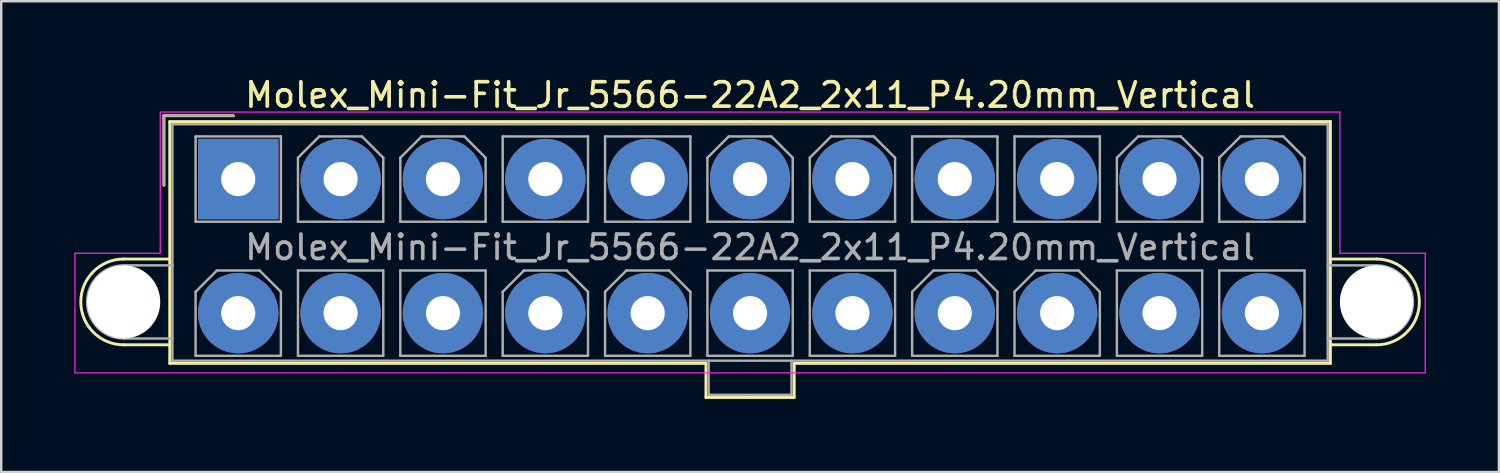
<source format=kicad_pcb>
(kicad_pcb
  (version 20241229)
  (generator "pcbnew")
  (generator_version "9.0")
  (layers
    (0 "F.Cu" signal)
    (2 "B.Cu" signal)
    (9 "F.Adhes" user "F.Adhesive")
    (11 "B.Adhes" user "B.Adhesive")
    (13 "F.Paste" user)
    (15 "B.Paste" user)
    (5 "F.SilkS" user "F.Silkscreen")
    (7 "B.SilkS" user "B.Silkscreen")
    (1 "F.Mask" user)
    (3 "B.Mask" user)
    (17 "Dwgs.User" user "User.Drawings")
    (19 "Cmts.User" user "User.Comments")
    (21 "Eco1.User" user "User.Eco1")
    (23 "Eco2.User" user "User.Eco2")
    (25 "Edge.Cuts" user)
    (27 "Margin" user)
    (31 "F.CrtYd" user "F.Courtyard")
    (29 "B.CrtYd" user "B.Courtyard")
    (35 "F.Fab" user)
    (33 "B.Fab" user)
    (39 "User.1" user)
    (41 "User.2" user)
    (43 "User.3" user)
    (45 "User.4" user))
  (footprint "Molex_Mini-Fit_Jr_5566-22A2_2x11_P4.20mm_Vertical"
    (layer "F.Cu")
    (at 6.725 4.298)
    (property "Reference" "Molex_Mini-Fit_Jr_5566-22A2_2x11_P4.20mm_Vertical" (at 21 -3.45 0) (layer "F.SilkS") (effects (font (size 1 1) (thickness 0.15))))
    (attr through_hole)
    (fp_line (start -4.7 3.28) (end -2.81 3.28) (stroke (width 0.12) (type solid)) (layer "F.SilkS"))
    (fp_line (start -4.7 6.8) (end -2.81 6.8) (stroke (width 0.12) (type solid)) (layer "F.SilkS"))
    (fp_line (start -3.05 -2.6) (end -3.05 0.25) (stroke (width 0.12) (type solid)) (layer "F.SilkS"))
    (fp_line (start -2.81 -2.36) (end -2.81 7.56) (stroke (width 0.12) (type solid)) (layer "F.SilkS"))
    (fp_line (start -2.81 7.56) (end 19.19 7.56) (stroke (width 0.12) (type solid)) (layer "F.SilkS"))
    (fp_line (start -0.2 -2.6) (end -3.05 -2.6) (stroke (width 0.12) (type solid)) (layer "F.SilkS"))
    (fp_line (start 19.19 7.56) (end 19.19 8.96) (stroke (width 0.12) (type solid)) (layer "F.SilkS"))
    (fp_line (start 19.19 8.96) (end 21 8.96) (stroke (width 0.12) (type solid)) (layer "F.SilkS"))
    (fp_line (start 21 -2.36) (end -2.81 -2.36) (stroke (width 0.12) (type solid)) (layer "F.SilkS"))
    (fp_line (start 21 -2.36) (end 44.81 -2.36) (stroke (width 0.12) (type solid)) (layer "F.SilkS"))
    (fp_line (start 22.81 7.56) (end 22.81 8.96) (stroke (width 0.12) (type solid)) (layer "F.SilkS"))
    (fp_line (start 22.81 8.96) (end 21 8.96) (stroke (width 0.12) (type solid)) (layer "F.SilkS"))
    (fp_line (start 44.81 -2.36) (end 44.81 7.56) (stroke (width 0.12) (type solid)) (layer "F.SilkS"))
    (fp_line (start 44.81 7.56) (end 22.81 7.56) (stroke (width 0.12) (type solid)) (layer "F.SilkS"))
    (fp_line (start 46.7 3.28) (end 44.81 3.28) (stroke (width 0.12) (type solid)) (layer "F.SilkS"))
    (fp_line (start 46.7 6.8) (end 44.81 6.8) (stroke (width 0.12) (type solid)) (layer "F.SilkS"))
    (fp_arc (start -4.7 6.8) (mid -6.46 5.04) (end -4.7 3.28) (stroke (width 0.12) (type solid)) (layer "F.SilkS"))
    (fp_arc (start 46.7 3.28) (mid 48.46 5.04) (end 46.7 6.8) (stroke (width 0.12) (type solid)) (layer "F.SilkS"))
    (fp_line (start -6.7 3.04) (end -6.7 7.95) (stroke (width 0.05) (type solid)) (layer "F.CrtYd"))
    (fp_line (start -6.7 7.95) (end 48.7 7.95) (stroke (width 0.05) (type solid)) (layer "F.CrtYd"))
    (fp_line (start -3.2 -2.75) (end -3.2 3.04) (stroke (width 0.05) (type solid)) (layer "F.CrtYd"))
    (fp_line (start -3.2 3.04) (end -6.7 3.04) (stroke (width 0.05) (type solid)) (layer "F.CrtYd"))
    (fp_line (start 45.2 -2.75) (end -3.2 -2.75) (stroke (width 0.05) (type solid)) (layer "F.CrtYd"))
    (fp_line (start 45.2 3.04) (end 45.2 -2.75) (stroke (width 0.05) (type solid)) (layer "F.CrtYd"))
    (fp_line (start 48.7 3.04) (end 45.2 3.04) (stroke (width 0.05) (type solid)) (layer "F.CrtYd"))
    (fp_line (start 48.7 7.95) (end 48.7 3.04) (stroke (width 0.05) (type solid)) (layer "F.CrtYd"))
    (fp_line (start -4.7 3.54) (end -2.7 3.54) (stroke (width 0.1) (type solid)) (layer "F.Fab"))
    (fp_line (start -4.7 6.54) (end -2.7 6.54) (stroke (width 0.1) (type solid)) (layer "F.Fab"))
    (fp_line (start -3.05 -2.6) (end -3.05 0.25) (stroke (width 0.1) (type solid)) (layer "F.Fab"))
    (fp_line (start -2.7 -2.25) (end -2.7 7.45) (stroke (width 0.1) (type solid)) (layer "F.Fab"))
    (fp_line (start -2.7 7.45) (end 44.7 7.45) (stroke (width 0.1) (type solid)) (layer "F.Fab"))
    (fp_line (start -1.75 -1.75) (end -1.75 1.75) (stroke (width 0.1) (type solid)) (layer "F.Fab"))
    (fp_line (start -1.75 1.75) (end 1.75 1.75) (stroke (width 0.1) (type solid)) (layer "F.Fab"))
    (fp_line (start -1.75 4.625) (end -0.875 3.75) (stroke (width 0.1) (type solid)) (layer "F.Fab"))
    (fp_line (start -1.75 7.25) (end -1.75 4.625) (stroke (width 0.1) (type solid)) (layer "F.Fab"))
    (fp_line (start -0.875 3.75) (end 0.875 3.75) (stroke (width 0.1) (type solid)) (layer "F.Fab"))
    (fp_line (start -0.2 -2.6) (end -3.05 -2.6) (stroke (width 0.1) (type solid)) (layer "F.Fab"))
    (fp_line (start 0.875 3.75) (end 1.75 4.625) (stroke (width 0.1) (type solid)) (layer "F.Fab"))
    (fp_line (start 1.75 -1.75) (end -1.75 -1.75) (stroke (width 0.1) (type solid)) (layer "F.Fab"))
    (fp_line (start 1.75 1.75) (end 1.75 -1.75) (stroke (width 0.1) (type solid)) (layer "F.Fab"))
    (fp_line (start 1.75 4.625) (end 1.75 7.25) (stroke (width 0.1) (type solid)) (layer "F.Fab"))
    (fp_line (start 1.75 7.25) (end -1.75 7.25) (stroke (width 0.1) (type solid)) (layer "F.Fab"))
    (fp_line (start 2.45 -0.875) (end 3.325 -1.75) (stroke (width 0.1) (type solid)) (layer "F.Fab"))
    (fp_line (start 2.45 1.75) (end 2.45 -0.875) (stroke (width 0.1) (type solid)) (layer "F.Fab"))
    (fp_line (start 2.45 3.75) (end 2.45 7.25) (stroke (width 0.1) (type solid)) (layer "F.Fab"))
    (fp_line (start 2.45 7.25) (end 5.95 7.25) (stroke (width 0.1) (type solid)) (layer "F.Fab"))
    (fp_line (start 3.325 -1.75) (end 5.075 -1.75) (stroke (width 0.1) (type solid)) (layer "F.Fab"))
    (fp_line (start 5.075 -1.75) (end 5.95 -0.875) (stroke (width 0.1) (type solid)) (layer "F.Fab"))
    (fp_line (start 5.95 -0.875) (end 5.95 1.75) (stroke (width 0.1) (type solid)) (layer "F.Fab"))
    (fp_line (start 5.95 1.75) (end 2.45 1.75) (stroke (width 0.1) (type solid)) (layer "F.Fab"))
    (fp_line (start 5.95 3.75) (end 2.45 3.75) (stroke (width 0.1) (type solid)) (layer "F.Fab"))
    (fp_line (start 5.95 7.25) (end 5.95 3.75) (stroke (width 0.1) (type solid)) (layer "F.Fab"))
    (fp_line (start 6.65 -0.875) (end 7.525 -1.75) (stroke (width 0.1) (type solid)) (layer "F.Fab"))
    (fp_line (start 6.65 1.75) (end 6.65 -0.875) (stroke (width 0.1) (type solid)) (layer "F.Fab"))
    (fp_line (start 6.65 3.75) (end 6.65 7.25) (stroke (width 0.1) (type solid)) (layer "F.Fab"))
    (fp_line (start 6.65 7.25) (end 10.15 7.25) (stroke (width 0.1) (type solid)) (layer "F.Fab"))
    (fp_line (start 7.525 -1.75) (end 9.275 -1.75) (stroke (width 0.1) (type solid)) (layer "F.Fab"))
    (fp_line (start 9.275 -1.75) (end 10.15 -0.875) (stroke (width 0.1) (type solid)) (layer "F.Fab"))
    (fp_line (start 10.15 -0.875) (end 10.15 1.75) (stroke (width 0.1) (type solid)) (layer "F.Fab"))
    (fp_line (start 10.15 1.75) (end 6.65 1.75) (stroke (width 0.1) (type solid)) (layer "F.Fab"))
    (fp_line (start 10.15 3.75) (end 6.65 3.75) (stroke (width 0.1) (type solid)) (layer "F.Fab"))
    (fp_line (start 10.15 7.25) (end 10.15 3.75) (stroke (width 0.1) (type solid)) (layer "F.Fab"))
    (fp_line (start 10.85 -1.75) (end 10.85 1.75) (stroke (width 0.1) (type solid)) (layer "F.Fab"))
    (fp_line (start 10.85 1.75) (end 14.35 1.75) (stroke (width 0.1) (type solid)) (layer "F.Fab"))
    (fp_line (start 10.85 4.625) (end 11.725 3.75) (stroke (width 0.1) (type solid)) (layer "F.Fab"))
    (fp_line (start 10.85 7.25) (end 10.85 4.625) (stroke (width 0.1) (type solid)) (layer "F.Fab"))
    (fp_line (start 11.725 3.75) (end 13.475 3.75) (stroke (width 0.1) (type solid)) (layer "F.Fab"))
    (fp_line (start 13.475 3.75) (end 14.35 4.625) (stroke (width 0.1) (type solid)) (layer "F.Fab"))
    (fp_line (start 14.35 -1.75) (end 10.85 -1.75) (stroke (width 0.1) (type solid)) (layer "F.Fab"))
    (fp_line (start 14.35 1.75) (end 14.35 -1.75) (stroke (width 0.1) (type solid)) (layer "F.Fab"))
    (fp_line (start 14.35 4.625) (end 14.35 7.25) (stroke (width 0.1) (type solid)) (layer "F.Fab"))
    (fp_line (start 14.35 7.25) (end 10.85 7.25) (stroke (width 0.1) (type solid)) (layer "F.Fab"))
    (fp_line (start 15.05 -1.75) (end 15.05 1.75) (stroke (width 0.1) (type solid)) (layer "F.Fab"))
    (fp_line (start 15.05 1.75) (end 18.55 1.75) (stroke (width 0.1) (type solid)) (layer "F.Fab"))
    (fp_line (start 15.05 4.625) (end 15.925 3.75) (stroke (width 0.1) (type solid)) (layer "F.Fab"))
    (fp_line (start 15.05 7.25) (end 15.05 4.625) (stroke (width 0.1) (type solid)) (layer "F.Fab"))
    (fp_line (start 15.925 3.75) (end 17.675 3.75) (stroke (width 0.1) (type solid)) (layer "F.Fab"))
    (fp_line (start 17.675 3.75) (end 18.55 4.625) (stroke (width 0.1) (type solid)) (layer "F.Fab"))
    (fp_line (start 18.55 -1.75) (end 15.05 -1.75) (stroke (width 0.1) (type solid)) (layer "F.Fab"))
    (fp_line (start 18.55 1.75) (end 18.55 -1.75) (stroke (width 0.1) (type solid)) (layer "F.Fab"))
    (fp_line (start 18.55 4.625) (end 18.55 7.25) (stroke (width 0.1) (type solid)) (layer "F.Fab"))
    (fp_line (start 18.55 7.25) (end 15.05 7.25) (stroke (width 0.1) (type solid)) (layer "F.Fab"))
    (fp_line (start 19.25 -0.875) (end 20.125 -1.75) (stroke (width 0.1) (type solid)) (layer "F.Fab"))
    (fp_line (start 19.25 1.75) (end 19.25 -0.875) (stroke (width 0.1) (type solid)) (layer "F.Fab"))
    (fp_line (start 19.25 3.75) (end 19.25 7.25) (stroke (width 0.1) (type solid)) (layer "F.Fab"))
    (fp_line (start 19.25 7.25) (end 22.75 7.25) (stroke (width 0.1) (type solid)) (layer "F.Fab"))
    (fp_line (start 19.3 7.45) (end 19.3 8.85) (stroke (width 0.1) (type solid)) (layer "F.Fab"))
    (fp_line (start 19.3 8.85) (end 22.7 8.85) (stroke (width 0.1) (type solid)) (layer "F.Fab"))
    (fp_line (start 20.125 -1.75) (end 21.875 -1.75) (stroke (width 0.1) (type solid)) (layer "F.Fab"))
    (fp_line (start 21.875 -1.75) (end 22.75 -0.875) (stroke (width 0.1) (type solid)) (layer "F.Fab"))
    (fp_line (start 22.7 8.85) (end 22.7 7.45) (stroke (width 0.1) (type solid)) (layer "F.Fab"))
    (fp_line (start 22.75 -0.875) (end 22.75 1.75) (stroke (width 0.1) (type solid)) (layer "F.Fab"))
    (fp_line (start 22.75 1.75) (end 19.25 1.75) (stroke (width 0.1) (type solid)) (layer "F.Fab"))
    (fp_line (start 22.75 3.75) (end 19.25 3.75) (stroke (width 0.1) (type solid)) (layer "F.Fab"))
    (fp_line (start 22.75 7.25) (end 22.75 3.75) (stroke (width 0.1) (type solid)) (layer "F.Fab"))
    (fp_line (start 23.45 -0.875) (end 24.325 -1.75) (stroke (width 0.1) (type solid)) (layer "F.Fab"))
    (fp_line (start 23.45 1.75) (end 23.45 -0.875) (stroke (width 0.1) (type solid)) (layer "F.Fab"))
    (fp_line (start 23.45 3.75) (end 23.45 7.25) (stroke (width 0.1) (type solid)) (layer "F.Fab"))
    (fp_line (start 23.45 7.25) (end 26.95 7.25) (stroke (width 0.1) (type solid)) (layer "F.Fab"))
    (fp_line (start 24.325 -1.75) (end 26.075 -1.75) (stroke (width 0.1) (type solid)) (layer "F.Fab"))
    (fp_line (start 26.075 -1.75) (end 26.95 -0.875) (stroke (width 0.1) (type solid)) (layer "F.Fab"))
    (fp_line (start 26.95 -0.875) (end 26.95 1.75) (stroke (width 0.1) (type solid)) (layer "F.Fab"))
    (fp_line (start 26.95 1.75) (end 23.45 1.75) (stroke (width 0.1) (type solid)) (layer "F.Fab"))
    (fp_line (start 26.95 3.75) (end 23.45 3.75) (stroke (width 0.1) (type solid)) (layer "F.Fab"))
    (fp_line (start 26.95 7.25) (end 26.95 3.75) (stroke (width 0.1) (type solid)) (layer "F.Fab"))
    (fp_line (start 27.65 -1.75) (end 27.65 1.75) (stroke (width 0.1) (type solid)) (layer "F.Fab"))
    (fp_line (start 27.65 1.75) (end 31.15 1.75) (stroke (width 0.1) (type solid)) (layer "F.Fab"))
    (fp_line (start 27.65 4.625) (end 28.525 3.75) (stroke (width 0.1) (type solid)) (layer "F.Fab"))
    (fp_line (start 27.65 7.25) (end 27.65 4.625) (stroke (width 0.1) (type solid)) (layer "F.Fab"))
    (fp_line (start 28.525 3.75) (end 30.275 3.75) (stroke (width 0.1) (type solid)) (layer "F.Fab"))
    (fp_line (start 30.275 3.75) (end 31.15 4.625) (stroke (width 0.1) (type solid)) (layer "F.Fab"))
    (fp_line (start 31.15 -1.75) (end 27.65 -1.75) (stroke (width 0.1) (type solid)) (layer "F.Fab"))
    (fp_line (start 31.15 1.75) (end 31.15 -1.75) (stroke (width 0.1) (type solid)) (layer "F.Fab"))
    (fp_line (start 31.15 4.625) (end 31.15 7.25) (stroke (width 0.1) (type solid)) (layer "F.Fab"))
    (fp_line (start 31.15 7.25) (end 27.65 7.25) (stroke (width 0.1) (type solid)) (layer "F.Fab"))
    (fp_line (start 31.85 -1.75) (end 31.85 1.75) (stroke (width 0.1) (type solid)) (layer "F.Fab"))
    (fp_line (start 31.85 1.75) (end 35.35 1.75) (stroke (width 0.1) (type solid)) (layer "F.Fab"))
    (fp_line (start 31.85 4.625) (end 32.725 3.75) (stroke (width 0.1) (type solid)) (layer "F.Fab"))
    (fp_line (start 31.85 7.25) (end 31.85 4.625) (stroke (width 0.1) (type solid)) (layer "F.Fab"))
    (fp_line (start 32.725 3.75) (end 34.475 3.75) (stroke (width 0.1) (type solid)) (layer "F.Fab"))
    (fp_line (start 34.475 3.75) (end 35.35 4.625) (stroke (width 0.1) (type solid)) (layer "F.Fab"))
    (fp_line (start 35.35 -1.75) (end 31.85 -1.75) (stroke (width 0.1) (type solid)) (layer "F.Fab"))
    (fp_line (start 35.35 1.75) (end 35.35 -1.75) (stroke (width 0.1) (type solid)) (layer "F.Fab"))
    (fp_line (start 35.35 4.625) (end 35.35 7.25) (stroke (width 0.1) (type solid)) (layer "F.Fab"))
    (fp_line (start 35.35 7.25) (end 31.85 7.25) (stroke (width 0.1) (type solid)) (layer "F.Fab"))
    (fp_line (start 36.05 -0.875) (end 36.925 -1.75) (stroke (width 0.1) (type solid)) (layer "F.Fab"))
    (fp_line (start 36.05 1.75) (end 36.05 -0.875) (stroke (width 0.1) (type solid)) (layer "F.Fab"))
    (fp_line (start 36.05 3.75) (end 36.05 7.25) (stroke (width 0.1) (type solid)) (layer "F.Fab"))
    (fp_line (start 36.05 7.25) (end 39.55 7.25) (stroke (width 0.1) (type solid)) (layer "F.Fab"))
    (fp_line (start 36.925 -1.75) (end 38.675 -1.75) (stroke (width 0.1) (type solid)) (layer "F.Fab"))
    (fp_line (start 38.675 -1.75) (end 39.55 -0.875) (stroke (width 0.1) (type solid)) (layer "F.Fab"))
    (fp_line (start 39.55 -0.875) (end 39.55 1.75) (stroke (width 0.1) (type solid)) (layer "F.Fab"))
    (fp_line (start 39.55 1.75) (end 36.05 1.75) (stroke (width 0.1) (type solid)) (layer "F.Fab"))
    (fp_line (start 39.55 3.75) (end 36.05 3.75) (stroke (width 0.1) (type solid)) (layer "F.Fab"))
    (fp_line (start 39.55 7.25) (end 39.55 3.75) (stroke (width 0.1) (type solid)) (layer "F.Fab"))
    (fp_line (start 40.25 -0.875) (end 41.125 -1.75) (stroke (width 0.1) (type solid)) (layer "F.Fab"))
    (fp_line (start 40.25 1.75) (end 40.25 -0.875) (stroke (width 0.1) (type solid)) (layer "F.Fab"))
    (fp_line (start 40.25 3.75) (end 40.25 7.25) (stroke (width 0.1) (type solid)) (layer "F.Fab"))
    (fp_line (start 40.25 7.25) (end 43.75 7.25) (stroke (width 0.1) (type solid)) (layer "F.Fab"))
    (fp_line (start 41.125 -1.75) (end 42.875 -1.75) (stroke (width 0.1) (type solid)) (layer "F.Fab"))
    (fp_line (start 42.875 -1.75) (end 43.75 -0.875) (stroke (width 0.1) (type solid)) (layer "F.Fab"))
    (fp_line (start 43.75 -0.875) (end 43.75 1.75) (stroke (width 0.1) (type solid)) (layer "F.Fab"))
    (fp_line (start 43.75 1.75) (end 40.25 1.75) (stroke (width 0.1) (type solid)) (layer "F.Fab"))
    (fp_line (start 43.75 3.75) (end 40.25 3.75) (stroke (width 0.1) (type solid)) (layer "F.Fab"))
    (fp_line (start 43.75 7.25) (end 43.75 3.75) (stroke (width 0.1) (type solid)) (layer "F.Fab"))
    (fp_line (start 44.7 -2.25) (end -2.7 -2.25) (stroke (width 0.1) (type solid)) (layer "F.Fab"))
    (fp_line (start 44.7 7.45) (end 44.7 -2.25) (stroke (width 0.1) (type solid)) (layer "F.Fab"))
    (fp_line (start 46.7 3.54) (end 44.7 3.54) (stroke (width 0.1) (type solid)) (layer "F.Fab"))
    (fp_line (start 46.7 6.54) (end 44.7 6.54) (stroke (width 0.1) (type solid)) (layer "F.Fab"))
    (fp_arc (start -4.7 6.54) (mid -6.2 5.04) (end -4.7 3.54) (stroke (width 0.1) (type solid)) (layer "F.Fab"))
    (fp_arc (start 46.7 3.54) (mid 48.2 5.04) (end 46.7 6.54) (stroke (width 0.1) (type solid)) (layer "F.Fab"))
    (fp_text user "${REFERENCE}" (at 21 2.8 0) (layer "F.Fab") (effects (font (size 1 1) (thickness 0.15))))
    (pad "" np_thru_hole circle (at -4.7 5.04) (size 3 3) (drill 3) (layers "*.Cu" "*.Mask"))
    (pad "" np_thru_hole circle (at 46.7 5.04) (size 3 3) (drill 3) (layers "*.Cu" "*.Mask"))
    (pad "1" thru_hole rect (at 0 0) (size 3.3 3.3) (drill 1.4) (layers "*.Cu" "*.Mask"))
    (pad "2" thru_hole circle (at 4.2 0) (size 3.3 3.3) (drill 1.4) (layers "*.Cu" "*.Mask"))
    (pad "3" thru_hole circle (at 8.4 0) (size 3.3 3.3) (drill 1.4) (layers "*.Cu" "*.Mask"))
    (pad "4" thru_hole circle (at 12.6 0) (size 3.3 3.3) (drill 1.4) (layers "*.Cu" "*.Mask"))
    (pad "5" thru_hole circle (at 16.8 0) (size 3.3 3.3) (drill 1.4) (layers "*.Cu" "*.Mask"))
    (pad "6" thru_hole circle (at 21 0) (size 3.3 3.3) (drill 1.4) (layers "*.Cu" "*.Mask"))
    (pad "7" thru_hole circle (at 25.2 0) (size 3.3 3.3) (drill 1.4) (layers "*.Cu" "*.Mask"))
    (pad "8" thru_hole circle (at 29.4 0) (size 3.3 3.3) (drill 1.4) (layers "*.Cu" "*.Mask"))
    (pad "9" thru_hole circle (at 33.6 0) (size 3.3 3.3) (drill 1.4) (layers "*.Cu" "*.Mask"))
    (pad "10" thru_hole circle (at 37.8 0) (size 3.3 3.3) (drill 1.4) (layers "*.Cu" "*.Mask"))
    (pad "11" thru_hole circle (at 42 0) (size 3.3 3.3) (drill 1.4) (layers "*.Cu" "*.Mask"))
    (pad "12" thru_hole circle (at 0 5.5) (size 3.3 3.3) (drill 1.4) (layers "*.Cu" "*.Mask"))
    (pad "13" thru_hole circle (at 4.2 5.5) (size 3.3 3.3) (drill 1.4) (layers "*.Cu" "*.Mask"))
    (pad "14" thru_hole circle (at 8.4 5.5) (size 3.3 3.3) (drill 1.4) (layers "*.Cu" "*.Mask"))
    (pad "15" thru_hole circle (at 12.6 5.5) (size 3.3 3.3) (drill 1.4) (layers "*.Cu" "*.Mask"))
    (pad "16" thru_hole circle (at 16.8 5.5) (size 3.3 3.3) (drill 1.4) (layers "*.Cu" "*.Mask"))
    (pad "17" thru_hole circle (at 21 5.5) (size 3.3 3.3) (drill 1.4) (layers "*.Cu" "*.Mask"))
    (pad "18" thru_hole circle (at 25.2 5.5) (size 3.3 3.3) (drill 1.4) (layers "*.Cu" "*.Mask"))
    (pad "19" thru_hole circle (at 29.4 5.5) (size 3.3 3.3) (drill 1.4) (layers "*.Cu" "*.Mask"))
    (pad "20" thru_hole circle (at 33.6 5.5) (size 3.3 3.3) (drill 1.4) (layers "*.Cu" "*.Mask"))
    (pad "21" thru_hole circle (at 37.8 5.5) (size 3.3 3.3) (drill 1.4) (layers "*.Cu" "*.Mask"))
    (pad "22" thru_hole circle (at 42 5.5) (size 3.3 3.3) (drill 1.4) (layers "*.Cu" "*.Mask")))
  (gr_rect
    (start -3 -3)
    (end 58.45 16.318)
    (stroke (width 0.1) (type default))
    (fill no)
    (layer "Edge.Cuts")))
</source>
